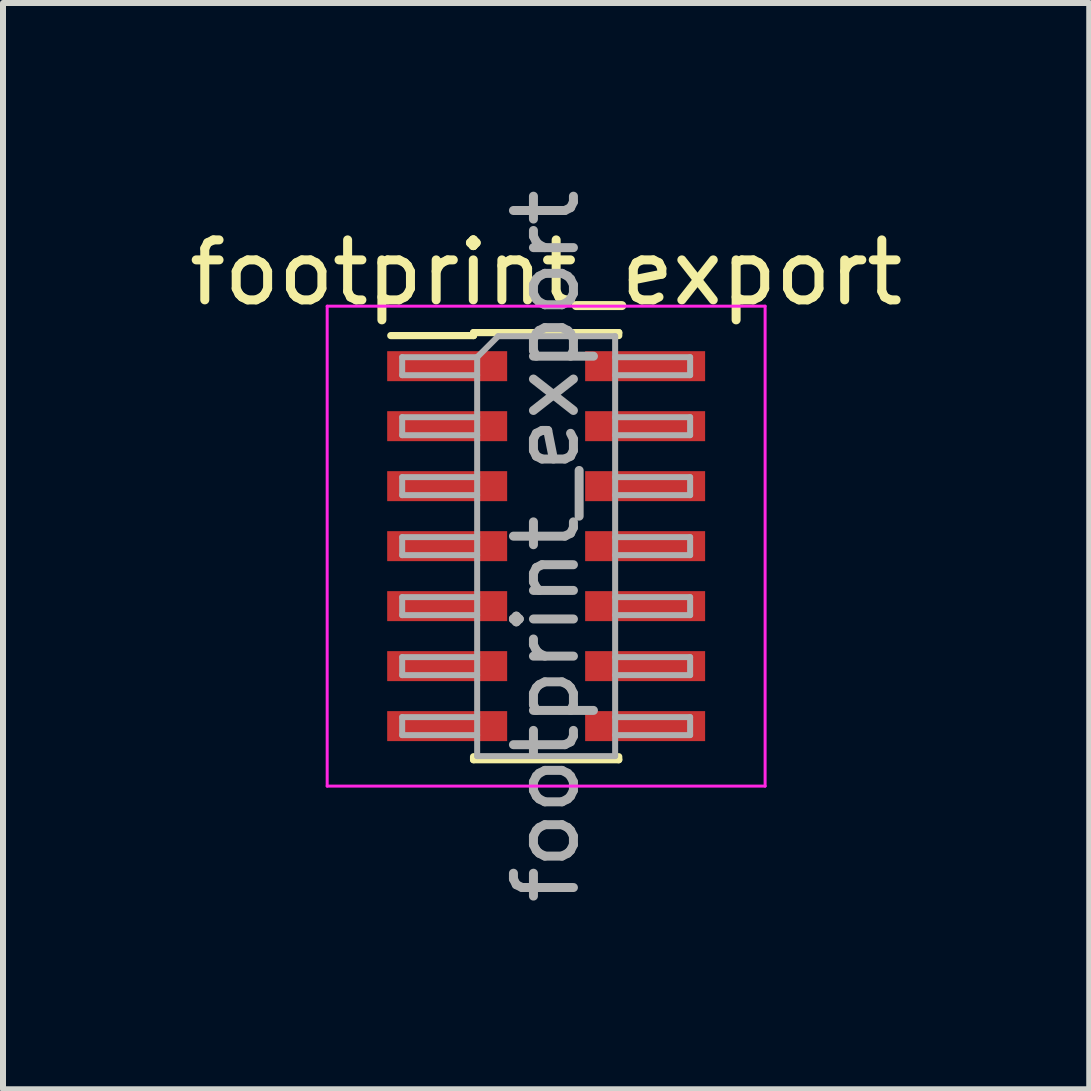
<source format=kicad_pcb>
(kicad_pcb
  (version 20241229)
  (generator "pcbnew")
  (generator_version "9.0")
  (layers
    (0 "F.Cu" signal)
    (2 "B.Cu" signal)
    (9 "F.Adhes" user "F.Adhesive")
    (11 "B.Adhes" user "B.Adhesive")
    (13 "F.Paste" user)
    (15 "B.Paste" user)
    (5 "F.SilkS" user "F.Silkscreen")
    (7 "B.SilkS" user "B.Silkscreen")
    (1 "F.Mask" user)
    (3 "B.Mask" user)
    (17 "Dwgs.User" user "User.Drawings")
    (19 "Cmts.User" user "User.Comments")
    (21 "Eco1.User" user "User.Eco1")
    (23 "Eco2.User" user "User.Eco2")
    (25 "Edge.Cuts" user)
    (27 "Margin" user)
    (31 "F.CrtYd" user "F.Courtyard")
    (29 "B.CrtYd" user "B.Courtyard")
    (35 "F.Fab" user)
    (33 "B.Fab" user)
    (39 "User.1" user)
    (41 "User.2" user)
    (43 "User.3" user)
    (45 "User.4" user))
  (footprint "footprint_export"
    (layer "F.Cu")
    (at 6.054 6.054)
    (property "Reference" "footprint_export" (at 0 -4.56 0) (layer "F.SilkS") (effects (font (size 1 1) (thickness 0.15))))
    (attr smd)
    (fp_line (start -2.59 -3.51) (end -1.21 -3.51) (stroke (width 0.12) (type solid)) (layer "F.SilkS"))
    (fp_line (start -1.21 -3.56) (end -1.21 -3.51) (stroke (width 0.12) (type solid)) (layer "F.SilkS"))
    (fp_line (start -1.21 -3.56) (end 1.21 -3.56) (stroke (width 0.12) (type solid)) (layer "F.SilkS"))
    (fp_line (start -1.21 3.51) (end -1.21 3.56) (stroke (width 0.12) (type solid)) (layer "F.SilkS"))
    (fp_line (start -1.21 3.56) (end 1.21 3.56) (stroke (width 0.12) (type solid)) (layer "F.SilkS"))
    (fp_line (start 1.21 -3.56) (end 1.21 -3.51) (stroke (width 0.12) (type solid)) (layer "F.SilkS"))
    (fp_line (start 1.21 3.51) (end 1.21 3.56) (stroke (width 0.12) (type solid)) (layer "F.SilkS"))
    (fp_line (start -3.65 -4) (end -3.65 4) (stroke (width 0.05) (type solid)) (layer "F.CrtYd"))
    (fp_line (start -3.65 4) (end 3.65 4) (stroke (width 0.05) (type solid)) (layer "F.CrtYd"))
    (fp_line (start 3.65 -4) (end -3.65 -4) (stroke (width 0.05) (type solid)) (layer "F.CrtYd"))
    (fp_line (start 3.65 4) (end 3.65 -4) (stroke (width 0.05) (type solid)) (layer "F.CrtYd"))
    (fp_line (start -2.4 -3.15) (end -2.4 -2.85) (stroke (width 0.1) (type solid)) (layer "F.Fab"))
    (fp_line (start -2.4 -2.85) (end -1.15 -2.85) (stroke (width 0.1) (type solid)) (layer "F.Fab"))
    (fp_line (start -2.4 -2.15) (end -2.4 -1.85) (stroke (width 0.1) (type solid)) (layer "F.Fab"))
    (fp_line (start -2.4 -1.85) (end -1.15 -1.85) (stroke (width 0.1) (type solid)) (layer "F.Fab"))
    (fp_line (start -2.4 -1.15) (end -2.4 -0.85) (stroke (width 0.1) (type solid)) (layer "F.Fab"))
    (fp_line (start -2.4 -0.85) (end -1.15 -0.85) (stroke (width 0.1) (type solid)) (layer "F.Fab"))
    (fp_line (start -2.4 -0.15) (end -2.4 0.15) (stroke (width 0.1) (type solid)) (layer "F.Fab"))
    (fp_line (start -2.4 0.15) (end -1.15 0.15) (stroke (width 0.1) (type solid)) (layer "F.Fab"))
    (fp_line (start -2.4 0.85) (end -2.4 1.15) (stroke (width 0.1) (type solid)) (layer "F.Fab"))
    (fp_line (start -2.4 1.15) (end -1.15 1.15) (stroke (width 0.1) (type solid)) (layer "F.Fab"))
    (fp_line (start -2.4 1.85) (end -2.4 2.15) (stroke (width 0.1) (type solid)) (layer "F.Fab"))
    (fp_line (start -2.4 2.15) (end -1.15 2.15) (stroke (width 0.1) (type solid)) (layer "F.Fab"))
    (fp_line (start -2.4 2.85) (end -2.4 3.15) (stroke (width 0.1) (type solid)) (layer "F.Fab"))
    (fp_line (start -2.4 3.15) (end -1.15 3.15) (stroke (width 0.1) (type solid)) (layer "F.Fab"))
    (fp_line (start -1.15 -3.15) (end -2.4 -3.15) (stroke (width 0.1) (type solid)) (layer "F.Fab"))
    (fp_line (start -1.15 -3.15) (end -0.8 -3.5) (stroke (width 0.1) (type solid)) (layer "F.Fab"))
    (fp_line (start -1.15 -2.15) (end -2.4 -2.15) (stroke (width 0.1) (type solid)) (layer "F.Fab"))
    (fp_line (start -1.15 -1.15) (end -2.4 -1.15) (stroke (width 0.1) (type solid)) (layer "F.Fab"))
    (fp_line (start -1.15 -0.15) (end -2.4 -0.15) (stroke (width 0.1) (type solid)) (layer "F.Fab"))
    (fp_line (start -1.15 0.85) (end -2.4 0.85) (stroke (width 0.1) (type solid)) (layer "F.Fab"))
    (fp_line (start -1.15 1.85) (end -2.4 1.85) (stroke (width 0.1) (type solid)) (layer "F.Fab"))
    (fp_line (start -1.15 2.85) (end -2.4 2.85) (stroke (width 0.1) (type solid)) (layer "F.Fab"))
    (fp_line (start -1.15 3.5) (end -1.15 -3.15) (stroke (width 0.1) (type solid)) (layer "F.Fab"))
    (fp_line (start -0.8 -3.5) (end 1.15 -3.5) (stroke (width 0.1) (type solid)) (layer "F.Fab"))
    (fp_line (start 1.15 -3.5) (end 1.15 3.5) (stroke (width 0.1) (type solid)) (layer "F.Fab"))
    (fp_line (start 1.15 -3.15) (end 2.4 -3.15) (stroke (width 0.1) (type solid)) (layer "F.Fab"))
    (fp_line (start 1.15 -2.15) (end 2.4 -2.15) (stroke (width 0.1) (type solid)) (layer "F.Fab"))
    (fp_line (start 1.15 -1.15) (end 2.4 -1.15) (stroke (width 0.1) (type solid)) (layer "F.Fab"))
    (fp_line (start 1.15 -0.15) (end 2.4 -0.15) (stroke (width 0.1) (type solid)) (layer "F.Fab"))
    (fp_line (start 1.15 0.85) (end 2.4 0.85) (stroke (width 0.1) (type solid)) (layer "F.Fab"))
    (fp_line (start 1.15 1.85) (end 2.4 1.85) (stroke (width 0.1) (type solid)) (layer "F.Fab"))
    (fp_line (start 1.15 2.85) (end 2.4 2.85) (stroke (width 0.1) (type solid)) (layer "F.Fab"))
    (fp_line (start 1.15 3.5) (end -1.15 3.5) (stroke (width 0.1) (type solid)) (layer "F.Fab"))
    (fp_line (start 2.4 -3.15) (end 2.4 -2.85) (stroke (width 0.1) (type solid)) (layer "F.Fab"))
    (fp_line (start 2.4 -2.85) (end 1.15 -2.85) (stroke (width 0.1) (type solid)) (layer "F.Fab"))
    (fp_line (start 2.4 -2.15) (end 2.4 -1.85) (stroke (width 0.1) (type solid)) (layer "F.Fab"))
    (fp_line (start 2.4 -1.85) (end 1.15 -1.85) (stroke (width 0.1) (type solid)) (layer "F.Fab"))
    (fp_line (start 2.4 -1.15) (end 2.4 -0.85) (stroke (width 0.1) (type solid)) (layer "F.Fab"))
    (fp_line (start 2.4 -0.85) (end 1.15 -0.85) (stroke (width 0.1) (type solid)) (layer "F.Fab"))
    (fp_line (start 2.4 -0.15) (end 2.4 0.15) (stroke (width 0.1) (type solid)) (layer "F.Fab"))
    (fp_line (start 2.4 0.15) (end 1.15 0.15) (stroke (width 0.1) (type solid)) (layer "F.Fab"))
    (fp_line (start 2.4 0.85) (end 2.4 1.15) (stroke (width 0.1) (type solid)) (layer "F.Fab"))
    (fp_line (start 2.4 1.15) (end 1.15 1.15) (stroke (width 0.1) (type solid)) (layer "F.Fab"))
    (fp_line (start 2.4 1.85) (end 2.4 2.15) (stroke (width 0.1) (type solid)) (layer "F.Fab"))
    (fp_line (start 2.4 2.15) (end 1.15 2.15) (stroke (width 0.1) (type solid)) (layer "F.Fab"))
    (fp_line (start 2.4 2.85) (end 2.4 3.15) (stroke (width 0.1) (type solid)) (layer "F.Fab"))
    (fp_line (start 2.4 3.15) (end 1.15 3.15) (stroke (width 0.1) (type solid)) (layer "F.Fab"))
    (fp_text user "${REFERENCE}" (at 0 0 90) (layer "F.Fab") (effects (font (size 1 1) (thickness 0.15))))
    (pad "1" smd rect (at -1.65 -3) (size 2 0.5) (layers "F.Cu" "F.Mask" "F.Paste"))
    (pad "2" smd rect (at 1.65 -3) (size 2 0.5) (layers "F.Cu" "F.Mask" "F.Paste"))
    (pad "3" smd rect (at -1.65 -2) (size 2 0.5) (layers "F.Cu" "F.Mask" "F.Paste"))
    (pad "4" smd rect (at 1.65 -2) (size 2 0.5) (layers "F.Cu" "F.Mask" "F.Paste"))
    (pad "5" smd rect (at -1.65 -1) (size 2 0.5) (layers "F.Cu" "F.Mask" "F.Paste"))
    (pad "6" smd rect (at 1.65 -1) (size 2 0.5) (layers "F.Cu" "F.Mask" "F.Paste"))
    (pad "7" smd rect (at -1.65 0) (size 2 0.5) (layers "F.Cu" "F.Mask" "F.Paste"))
    (pad "8" smd rect (at 1.65 0) (size 2 0.5) (layers "F.Cu" "F.Mask" "F.Paste"))
    (pad "9" smd rect (at -1.65 1) (size 2 0.5) (layers "F.Cu" "F.Mask" "F.Paste"))
    (pad "10" smd rect (at 1.65 1) (size 2 0.5) (layers "F.Cu" "F.Mask" "F.Paste"))
    (pad "11" smd rect (at -1.65 2) (size 2 0.5) (layers "F.Cu" "F.Mask" "F.Paste"))
    (pad "12" smd rect (at 1.65 2) (size 2 0.5) (layers "F.Cu" "F.Mask" "F.Paste"))
    (pad "13" smd rect (at -1.65 3) (size 2 0.5) (layers "F.Cu" "F.Mask" "F.Paste"))
    (pad "14" smd rect (at 1.65 3) (size 2 0.5) (layers "F.Cu" "F.Mask" "F.Paste")))
  (gr_rect
    (start -3 -3)
    (end 15.107 15.107)
    (stroke (width 0.1) (type default))
    (fill no)
    (layer "Edge.Cuts")))
</source>
